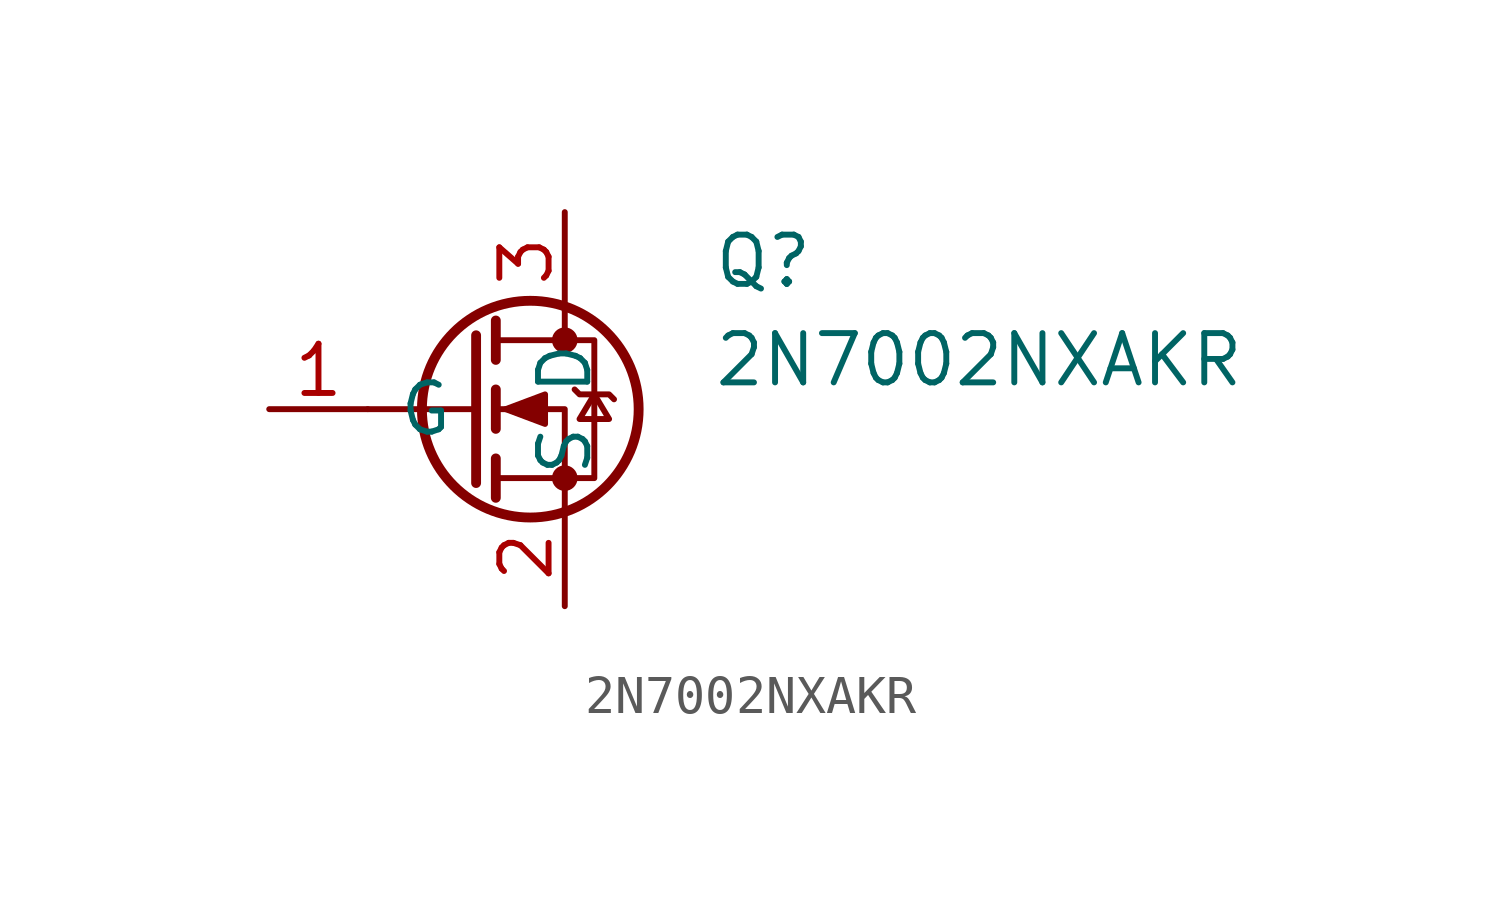
<source format=kicad_sym>
(kicad_symbol_lib
  (version 20220914)
  (generator kicad_symbol_editor)
  (symbol "2N7002NXAKR"
    (pin_names
      (offset 0.762))
    (property "Reference" "Q"
      (at 11.43 3.81 0)
      (effects (font (size 1.27 1.27)) (justify left)))
    (property "Value" "2N7002NXAKR"
      (at 11.43 1.27 0)
      (effects (font (size 1.27 1.27)) (justify left)))
    (symbol "2N7002NXAKR_0_1"
      (polyline (pts (xy 5.334 0) (xy 2.54 0)) (stroke (width 0) (type default)) (fill (type none)))
      (polyline (pts (xy 5.334 1.905) (xy 5.334 -1.905)) (stroke (width 0.254) (type default)) (fill (type none)))
      (polyline (pts (xy 5.842 -1.27) (xy 5.842 -2.286)) (stroke (width 0.254) (type default)) (fill (type none)))
      (polyline (pts (xy 5.842 0.508) (xy 5.842 -0.508)) (stroke (width 0.254) (type default)) (fill (type none)))
      (polyline (pts (xy 5.842 2.286) (xy 5.842 1.27)) (stroke (width 0.254) (type default)) (fill (type none)))
      (polyline (pts (xy 7.62 2.54) (xy 7.62 1.778)) (stroke (width 0) (type default)) (fill (type none)))
      (polyline (pts (xy 7.62 -2.54) (xy 7.62 0) (xy 5.842 0)) (stroke (width 0) (type default)) (fill (type none)))
      (polyline (pts (xy 5.842 -1.778) (xy 8.382 -1.778) (xy 8.382 1.778) (xy 5.842 1.778)) (stroke (width 0) (type default)) (fill (type none)))
      (polyline (pts (xy 6.096 0) (xy 7.112 0.381) (xy 7.112 -0.381) (xy 6.096 0)) (stroke (width 0) (type default)) (fill (type outline)))
      (polyline (pts (xy 7.874 0.508) (xy 8.001 0.381) (xy 8.763 0.381) (xy 8.89 0.254)) (stroke (width 0) (type default)) (fill (type none)))
      (polyline (pts (xy 8.382 0.381) (xy 8.001 -0.254) (xy 8.763 -0.254) (xy 8.382 0.381)) (stroke (width 0) (type default)) (fill (type none)))
      (circle (center 6.731 0) (radius 2.794) (stroke (width 0.254) (type default)) (fill (type none)))
      (circle (center 7.62 -1.778) (radius 0.254) (stroke (width 0) (type default)) (fill (type outline)))
      (circle (center 7.62 1.778) (radius 0.254) (stroke (width 0) (type default)) (fill (type outline))))
    (symbol "2N7002NXAKR_1_1"
      (pin input line (at 0 0 0) (length 2.54) (name "G" (effects (font (size 1.27 1.27)))) (number "1" (effects (font (size 1.27 1.27)))))
      (pin passive line (at 7.62 -5.08 90) (length 2.54) (name "S" (effects (font (size 1.27 1.27)))) (number "2" (effects (font (size 1.27 1.27)))))
      (pin passive line (at 7.62 5.08 270) (length 2.54) (name "D" (effects (font (size 1.27 1.27)))) (number "3" (effects (font (size 1.27 1.27))))))))
</source>
